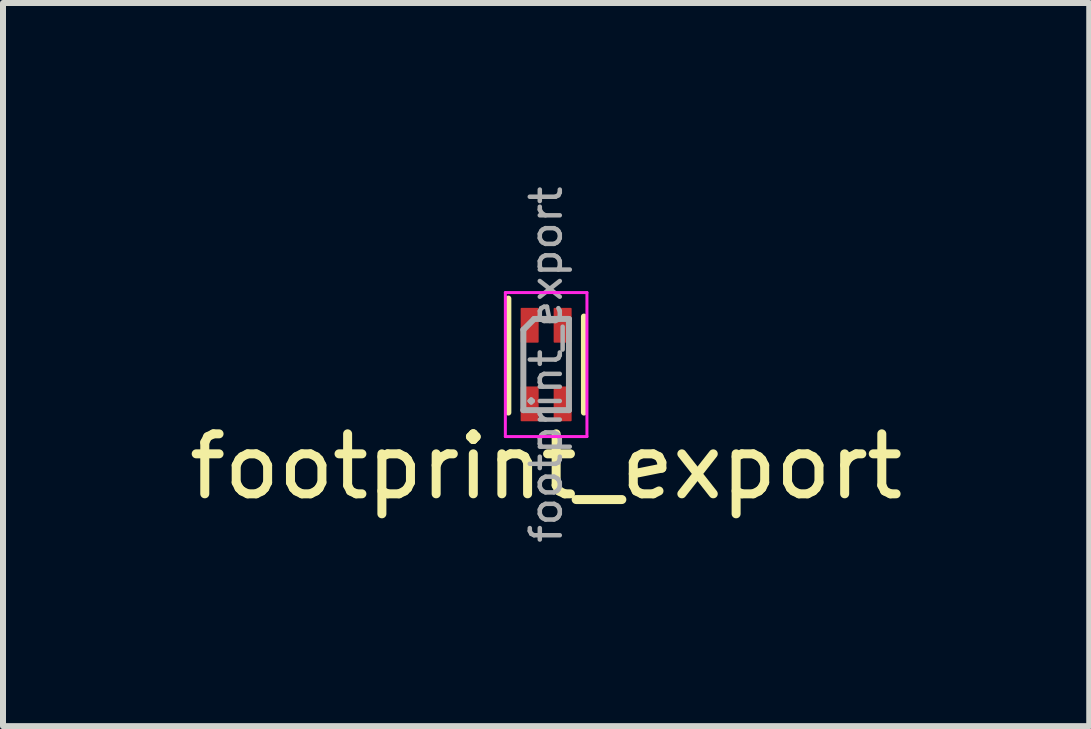
<source format=kicad_pcb>
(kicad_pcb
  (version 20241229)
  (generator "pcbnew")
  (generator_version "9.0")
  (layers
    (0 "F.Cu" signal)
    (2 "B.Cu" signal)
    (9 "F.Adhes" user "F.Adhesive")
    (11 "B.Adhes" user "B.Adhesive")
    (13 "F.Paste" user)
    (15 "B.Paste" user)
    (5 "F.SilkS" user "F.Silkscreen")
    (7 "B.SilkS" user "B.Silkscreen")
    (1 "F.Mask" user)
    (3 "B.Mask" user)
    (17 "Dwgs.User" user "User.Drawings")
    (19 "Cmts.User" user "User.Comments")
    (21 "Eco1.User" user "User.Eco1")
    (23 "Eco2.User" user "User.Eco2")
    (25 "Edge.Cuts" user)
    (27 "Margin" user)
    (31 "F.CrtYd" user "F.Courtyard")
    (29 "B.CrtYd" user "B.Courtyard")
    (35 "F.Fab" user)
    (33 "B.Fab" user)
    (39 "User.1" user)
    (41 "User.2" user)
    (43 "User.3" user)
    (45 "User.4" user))
  (footprint "footprint_export"
    (layer "F.Cu")
    (at 6.054 3.027)
    (property "Reference" "footprint_export" (at 0 1.7 0) (layer "F.SilkS") (effects (font (size 1 1) (thickness 0.15))))
    (attr smd)
    (fp_line (start -0.63 -1.1) (end -0.63 0.8) (stroke (width 0.1) (type solid)) (layer "F.SilkS"))
    (fp_line (start 0.63 0.8) (end 0.63 -0.8) (stroke (width 0.1) (type solid)) (layer "F.SilkS"))
    (fp_line (start -0.68 -1.2) (end 0.68 -1.2) (stroke (width 0.05) (type solid)) (layer "F.CrtYd"))
    (fp_line (start -0.68 1.2) (end -0.68 -1.2) (stroke (width 0.05) (type solid)) (layer "F.CrtYd"))
    (fp_line (start -0.68 1.2) (end 0.68 1.2) (stroke (width 0.05) (type solid)) (layer "F.CrtYd"))
    (fp_line (start 0.68 1.2) (end 0.68 -1.2) (stroke (width 0.05) (type solid)) (layer "F.CrtYd"))
    (fp_line (start -0.38 -0.58) (end -0.38 0.76) (stroke (width 0.1) (type solid)) (layer "F.Fab"))
    (fp_line (start -0.38 -0.58) (end -0.2 -0.76) (stroke (width 0.1) (type solid)) (layer "F.Fab"))
    (fp_line (start -0.38 0.76) (end 0.38 0.76) (stroke (width 0.1) (type solid)) (layer "F.Fab"))
    (fp_line (start -0.2 -0.76) (end 0.38 -0.76) (stroke (width 0.1) (type solid)) (layer "F.Fab"))
    (fp_line (start 0.38 -0.76) (end 0.38 0.76) (stroke (width 0.1) (type solid)) (layer "F.Fab"))
    (fp_text user "${REFERENCE}" (at 0 0 90) (layer "F.Fab") (effects (font (size 0.5 0.5) (thickness 0.075))))
    (pad "1" smd roundrect (at -0.275 -0.655) (size 0.3 0.58) (layers "F.Cu" "F.Mask" "F.Paste") (roundrect_rratio 0.05))
    (pad "2" smd roundrect (at -0.275 0.655) (size 0.3 0.58) (layers "F.Cu" "F.Mask" "F.Paste") (roundrect_rratio 0.05))
    (pad "3" smd roundrect (at 0.275 0.655) (size 0.3 0.58) (layers "F.Cu" "F.Mask" "F.Paste") (roundrect_rratio 0.05))
    (pad "4" smd roundrect (at 0.275 -0.655) (size 0.3 0.58) (layers "F.Cu" "F.Mask" "F.Paste") (roundrect_rratio 0.05)))
  (gr_rect
    (start -3 -3)
    (end 15.107 9.054)
    (stroke (width 0.1) (type default))
    (fill no)
    (layer "Edge.Cuts")))
</source>
